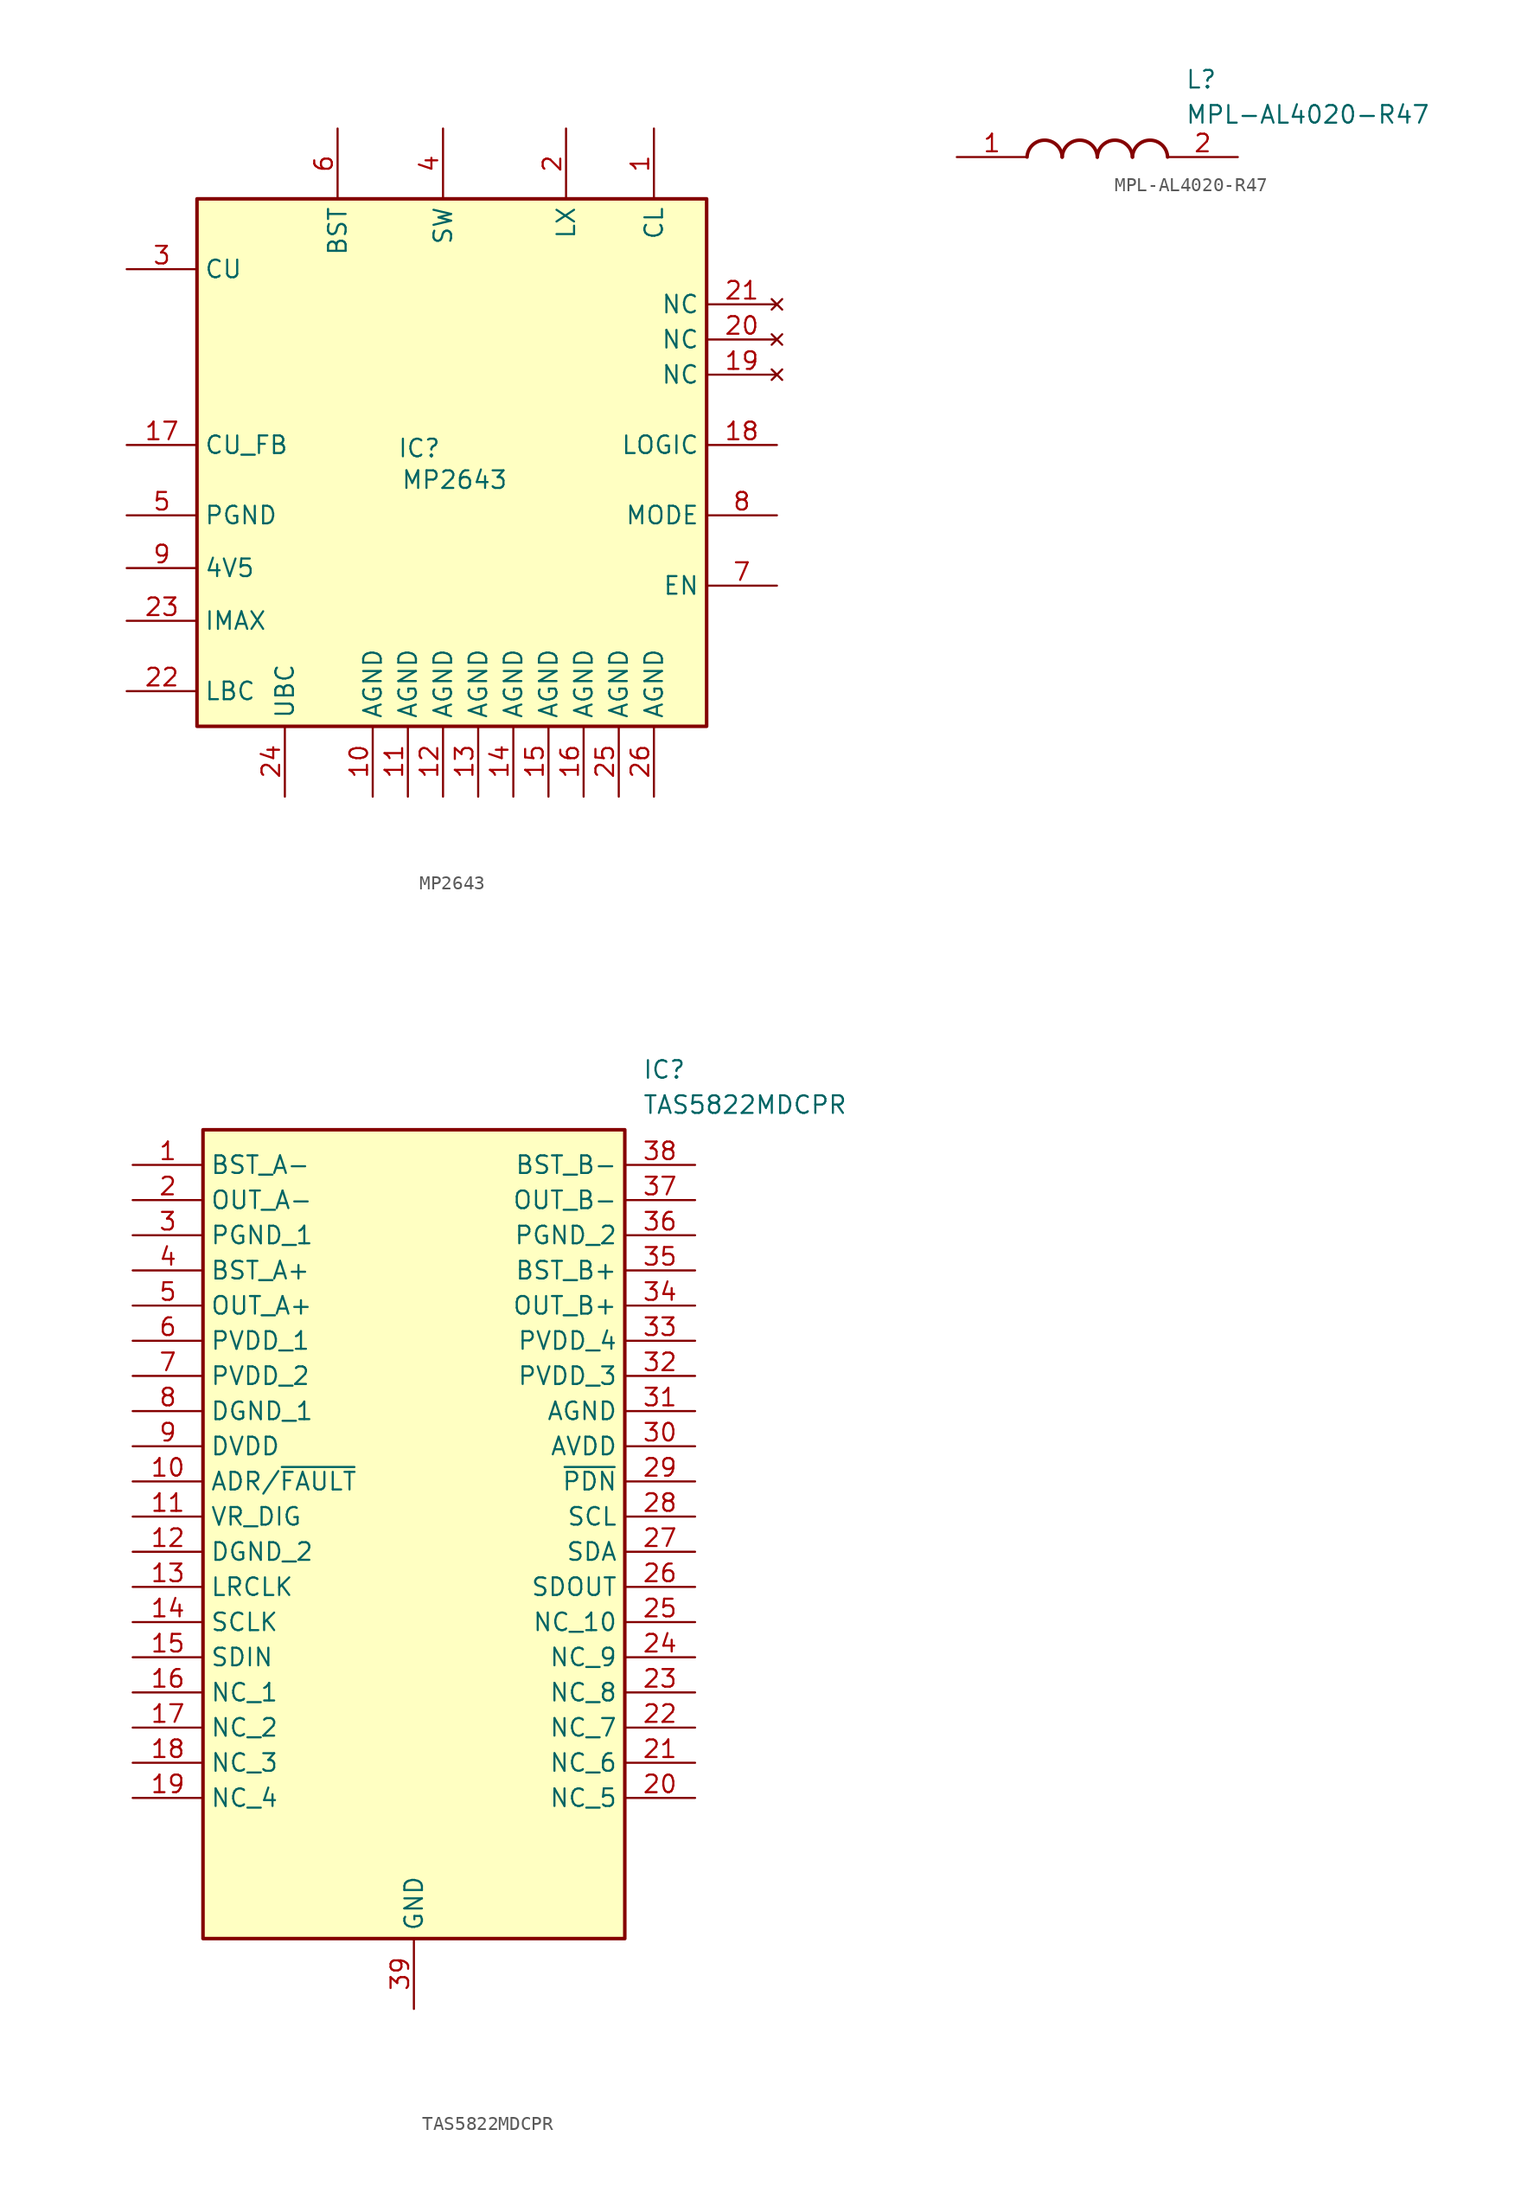
<source format=kicad_sym>
(kicad_symbol_lib
  (version 20241209)
  (generator "kicad_symbol_editor")
  (generator_version "9.0")
  (symbol "MP2643"
    (property "Reference" "IC"
      (at 14.478 -4.572 0)
      (effects (font (size 1.27 1.27)) (justify left top)))
    (property "Value" "MP2643"
      (at 14.732 -6.858 0)
      (effects (font (size 1.27 1.27)) (justify left top)))
    (symbol "MP2643_1_1"
      (rectangle (start 0 12.7) (end 36.83 -25.4) (stroke (width 0.254) (type default)) (fill (type background)))
      (pin passive line (at -5.08 7.62 0) (length 5.08) (name "CU" (effects (font (size 1.27 1.27)))) (number "3" (effects (font (size 1.27 1.27)))))
      (pin passive line (at -5.08 -5.08 0) (length 5.08) (name "CU_FB" (effects (font (size 1.27 1.27)))) (number "17" (effects (font (size 1.27 1.27)))))
      (pin passive line (at -5.08 -10.16 0) (length 5.08) (name "PGND" (effects (font (size 1.27 1.27)))) (number "5" (effects (font (size 1.27 1.27)))))
      (pin power_in line (at -5.08 -13.97 0) (length 5.08) (name "4V5" (effects (font (size 1.27 1.27)))) (number "9" (effects (font (size 1.27 1.27)))))
      (pin passive line (at -5.08 -17.78 0) (length 5.08) (name "IMAX" (effects (font (size 1.27 1.27)))) (number "23" (effects (font (size 1.27 1.27)))))
      (pin passive line (at -5.08 -22.86 0) (length 5.08) (name "LBC" (effects (font (size 1.27 1.27)))) (number "22" (effects (font (size 1.27 1.27)))))
      (pin passive line (at 6.35 -30.48 90) (length 5.08) (name "UBC" (effects (font (size 1.27 1.27)))) (number "24" (effects (font (size 1.27 1.27)))))
      (pin passive line (at 10.16 17.78 270) (length 5.08) (name "BST" (effects (font (size 1.27 1.27)))) (number "6" (effects (font (size 1.27 1.27)))))
      (pin passive line (at 12.7 -30.48 90) (length 5.08) (name "AGND" (effects (font (size 1.27 1.27)))) (number "10" (effects (font (size 1.27 1.27)))))
      (pin passive line (at 15.24 -30.48 90) (length 5.08) (name "AGND" (effects (font (size 1.27 1.27)))) (number "11" (effects (font (size 1.27 1.27)))))
      (pin passive line (at 17.78 17.78 270) (length 5.08) (name "SW" (effects (font (size 1.27 1.27)))) (number "4" (effects (font (size 1.27 1.27)))))
      (pin passive line (at 17.78 -30.48 90) (length 5.08) (name "AGND" (effects (font (size 1.27 1.27)))) (number "12" (effects (font (size 1.27 1.27)))))
      (pin passive line (at 20.32 -30.48 90) (length 5.08) (name "AGND" (effects (font (size 1.27 1.27)))) (number "13" (effects (font (size 1.27 1.27)))))
      (pin passive line (at 22.86 -30.48 90) (length 5.08) (name "AGND" (effects (font (size 1.27 1.27)))) (number "14" (effects (font (size 1.27 1.27)))))
      (pin passive line (at 25.4 -30.48 90) (length 5.08) (name "AGND" (effects (font (size 1.27 1.27)))) (number "15" (effects (font (size 1.27 1.27)))))
      (pin passive line (at 26.67 17.78 270) (length 5.08) (name "LX" (effects (font (size 1.27 1.27)))) (number "2" (effects (font (size 1.27 1.27)))))
      (pin passive line (at 27.94 -30.48 90) (length 5.08) (name "AGND" (effects (font (size 1.27 1.27)))) (number "16" (effects (font (size 1.27 1.27)))))
      (pin passive line (at 30.48 -30.48 90) (length 5.08) (name "AGND" (effects (font (size 1.27 1.27)))) (number "25" (effects (font (size 1.27 1.27)))))
      (pin passive line (at 33.02 17.78 270) (length 5.08) (name "CL" (effects (font (size 1.27 1.27)))) (number "1" (effects (font (size 1.27 1.27)))))
      (pin passive line (at 33.02 -30.48 90) (length 5.08) (name "AGND" (effects (font (size 1.27 1.27)))) (number "26" (effects (font (size 1.27 1.27)))))
      (pin no_connect line (at 41.91 5.08 180) (length 5.08) (name "NC" (effects (font (size 1.27 1.27)))) (number "21" (effects (font (size 1.27 1.27)))))
      (pin no_connect line (at 41.91 2.54 180) (length 5.08) (name "NC" (effects (font (size 1.27 1.27)))) (number "20" (effects (font (size 1.27 1.27)))))
      (pin no_connect line (at 41.91 0 180) (length 5.08) (name "NC" (effects (font (size 1.27 1.27)))) (number "19" (effects (font (size 1.27 1.27)))))
      (pin passive line (at 41.91 -5.08 180) (length 5.08) (name "LOGIC" (effects (font (size 1.27 1.27)))) (number "18" (effects (font (size 1.27 1.27)))))
      (pin passive line (at 41.91 -10.16 180) (length 5.08) (name "MODE" (effects (font (size 1.27 1.27)))) (number "8" (effects (font (size 1.27 1.27)))))
      (pin passive line (at 41.91 -15.24 180) (length 5.08) (name "EN" (effects (font (size 1.27 1.27)))) (number "7" (effects (font (size 1.27 1.27)))))))
  (symbol "MPL-AL4020-R47"
    (pin_names
      (hide yes))
    (property "Reference" "L"
      (at 16.51 6.35 0)
      (effects (font (size 1.27 1.27)) (justify left top)))
    (property "Value" "MPL-AL4020-R47"
      (at 16.51 3.81 0)
      (effects (font (size 1.27 1.27)) (justify left top)))
    (symbol "MPL-AL4020-R47_1_1"
      (arc (start 5.08 0) (mid 6.35 1.219) (end 7.62 0) (stroke (width 0.254) (type default)) (fill (type none)))
      (arc (start 7.62 0) (mid 8.89 1.219) (end 10.16 0) (stroke (width 0.254) (type default)) (fill (type none)))
      (arc (start 10.16 0) (mid 11.43 1.219) (end 12.7 0) (stroke (width 0.254) (type default)) (fill (type none)))
      (arc (start 12.7 0) (mid 13.97 1.219) (end 15.24 0) (stroke (width 0.254) (type default)) (fill (type none)))
      (pin passive line (at 0 0 0) (length 5.08) (name "1" (effects (font (size 1.27 1.27)))) (number "1" (effects (font (size 1.27 1.27)))))
      (pin passive line (at 20.32 0 180) (length 5.08) (name "2" (effects (font (size 1.27 1.27)))) (number "2" (effects (font (size 1.27 1.27)))))))
  (symbol "TAS5822MDCPR"
    (property "Reference" "IC"
      (at 36.83 7.62 0)
      (effects (font (size 1.27 1.27)) (justify left top)))
    (property "Value" "TAS5822MDCPR"
      (at 36.83 5.08 0)
      (effects (font (size 1.27 1.27)) (justify left top)))
    (symbol "TAS5822MDCPR_1_1"
      (rectangle (start 5.08 2.54) (end 35.56 -55.88) (stroke (width 0.254) (type default)) (fill (type background)))
      (pin passive line (at 0 0 0) (length 5.08) (name "BST_A-" (effects (font (size 1.27 1.27)))) (number "1" (effects (font (size 1.27 1.27)))))
      (pin passive line (at 0 -2.54 0) (length 5.08) (name "OUT_A-" (effects (font (size 1.27 1.27)))) (number "2" (effects (font (size 1.27 1.27)))))
      (pin passive line (at 0 -5.08 0) (length 5.08) (name "PGND_1" (effects (font (size 1.27 1.27)))) (number "3" (effects (font (size 1.27 1.27)))))
      (pin passive line (at 0 -7.62 0) (length 5.08) (name "BST_A+" (effects (font (size 1.27 1.27)))) (number "4" (effects (font (size 1.27 1.27)))))
      (pin passive line (at 0 -10.16 0) (length 5.08) (name "OUT_A+" (effects (font (size 1.27 1.27)))) (number "5" (effects (font (size 1.27 1.27)))))
      (pin passive line (at 0 -12.7 0) (length 5.08) (name "PVDD_1" (effects (font (size 1.27 1.27)))) (number "6" (effects (font (size 1.27 1.27)))))
      (pin passive line (at 0 -15.24 0) (length 5.08) (name "PVDD_2" (effects (font (size 1.27 1.27)))) (number "7" (effects (font (size 1.27 1.27)))))
      (pin passive line (at 0 -17.78 0) (length 5.08) (name "DGND_1" (effects (font (size 1.27 1.27)))) (number "8" (effects (font (size 1.27 1.27)))))
      (pin passive line (at 0 -20.32 0) (length 5.08) (name "DVDD" (effects (font (size 1.27 1.27)))) (number "9" (effects (font (size 1.27 1.27)))))
      (pin passive line (at 0 -22.86 0) (length 5.08) (name "ADR/~{FAULT}" (effects (font (size 1.27 1.27)))) (number "10" (effects (font (size 1.27 1.27)))))
      (pin passive line (at 0 -25.4 0) (length 5.08) (name "VR_DIG" (effects (font (size 1.27 1.27)))) (number "11" (effects (font (size 1.27 1.27)))))
      (pin passive line (at 0 -27.94 0) (length 5.08) (name "DGND_2" (effects (font (size 1.27 1.27)))) (number "12" (effects (font (size 1.27 1.27)))))
      (pin passive line (at 0 -30.48 0) (length 5.08) (name "LRCLK" (effects (font (size 1.27 1.27)))) (number "13" (effects (font (size 1.27 1.27)))))
      (pin passive line (at 0 -33.02 0) (length 5.08) (name "SCLK" (effects (font (size 1.27 1.27)))) (number "14" (effects (font (size 1.27 1.27)))))
      (pin passive line (at 0 -35.56 0) (length 5.08) (name "SDIN" (effects (font (size 1.27 1.27)))) (number "15" (effects (font (size 1.27 1.27)))))
      (pin passive line (at 0 -38.1 0) (length 5.08) (name "NC_1" (effects (font (size 1.27 1.27)))) (number "16" (effects (font (size 1.27 1.27)))))
      (pin passive line (at 0 -40.64 0) (length 5.08) (name "NC_2" (effects (font (size 1.27 1.27)))) (number "17" (effects (font (size 1.27 1.27)))))
      (pin passive line (at 0 -43.18 0) (length 5.08) (name "NC_3" (effects (font (size 1.27 1.27)))) (number "18" (effects (font (size 1.27 1.27)))))
      (pin passive line (at 0 -45.72 0) (length 5.08) (name "NC_4" (effects (font (size 1.27 1.27)))) (number "19" (effects (font (size 1.27 1.27)))))
      (pin passive line (at 20.32 -60.96 90) (length 5.08) (name "GND" (effects (font (size 1.27 1.27)))) (number "39" (effects (font (size 1.27 1.27)))))
      (pin passive line (at 40.64 0 180) (length 5.08) (name "BST_B-" (effects (font (size 1.27 1.27)))) (number "38" (effects (font (size 1.27 1.27)))))
      (pin passive line (at 40.64 -2.54 180) (length 5.08) (name "OUT_B-" (effects (font (size 1.27 1.27)))) (number "37" (effects (font (size 1.27 1.27)))))
      (pin passive line (at 40.64 -5.08 180) (length 5.08) (name "PGND_2" (effects (font (size 1.27 1.27)))) (number "36" (effects (font (size 1.27 1.27)))))
      (pin passive line (at 40.64 -7.62 180) (length 5.08) (name "BST_B+" (effects (font (size 1.27 1.27)))) (number "35" (effects (font (size 1.27 1.27)))))
      (pin passive line (at 40.64 -10.16 180) (length 5.08) (name "OUT_B+" (effects (font (size 1.27 1.27)))) (number "34" (effects (font (size 1.27 1.27)))))
      (pin passive line (at 40.64 -12.7 180) (length 5.08) (name "PVDD_4" (effects (font (size 1.27 1.27)))) (number "33" (effects (font (size 1.27 1.27)))))
      (pin passive line (at 40.64 -15.24 180) (length 5.08) (name "PVDD_3" (effects (font (size 1.27 1.27)))) (number "32" (effects (font (size 1.27 1.27)))))
      (pin passive line (at 40.64 -17.78 180) (length 5.08) (name "AGND" (effects (font (size 1.27 1.27)))) (number "31" (effects (font (size 1.27 1.27)))))
      (pin passive line (at 40.64 -20.32 180) (length 5.08) (name "AVDD" (effects (font (size 1.27 1.27)))) (number "30" (effects (font (size 1.27 1.27)))))
      (pin passive line (at 40.64 -22.86 180) (length 5.08) (name "~{PDN}" (effects (font (size 1.27 1.27)))) (number "29" (effects (font (size 1.27 1.27)))))
      (pin passive line (at 40.64 -25.4 180) (length 5.08) (name "SCL" (effects (font (size 1.27 1.27)))) (number "28" (effects (font (size 1.27 1.27)))))
      (pin passive line (at 40.64 -27.94 180) (length 5.08) (name "SDA" (effects (font (size 1.27 1.27)))) (number "27" (effects (font (size 1.27 1.27)))))
      (pin passive line (at 40.64 -30.48 180) (length 5.08) (name "SDOUT" (effects (font (size 1.27 1.27)))) (number "26" (effects (font (size 1.27 1.27)))))
      (pin passive line (at 40.64 -33.02 180) (length 5.08) (name "NC_10" (effects (font (size 1.27 1.27)))) (number "25" (effects (font (size 1.27 1.27)))))
      (pin passive line (at 40.64 -35.56 180) (length 5.08) (name "NC_9" (effects (font (size 1.27 1.27)))) (number "24" (effects (font (size 1.27 1.27)))))
      (pin passive line (at 40.64 -38.1 180) (length 5.08) (name "NC_8" (effects (font (size 1.27 1.27)))) (number "23" (effects (font (size 1.27 1.27)))))
      (pin passive line (at 40.64 -40.64 180) (length 5.08) (name "NC_7" (effects (font (size 1.27 1.27)))) (number "22" (effects (font (size 1.27 1.27)))))
      (pin passive line (at 40.64 -43.18 180) (length 5.08) (name "NC_6" (effects (font (size 1.27 1.27)))) (number "21" (effects (font (size 1.27 1.27)))))
      (pin passive line (at 40.64 -45.72 180) (length 5.08) (name "NC_5" (effects (font (size 1.27 1.27)))) (number "20" (effects (font (size 1.27 1.27))))))))
</source>
